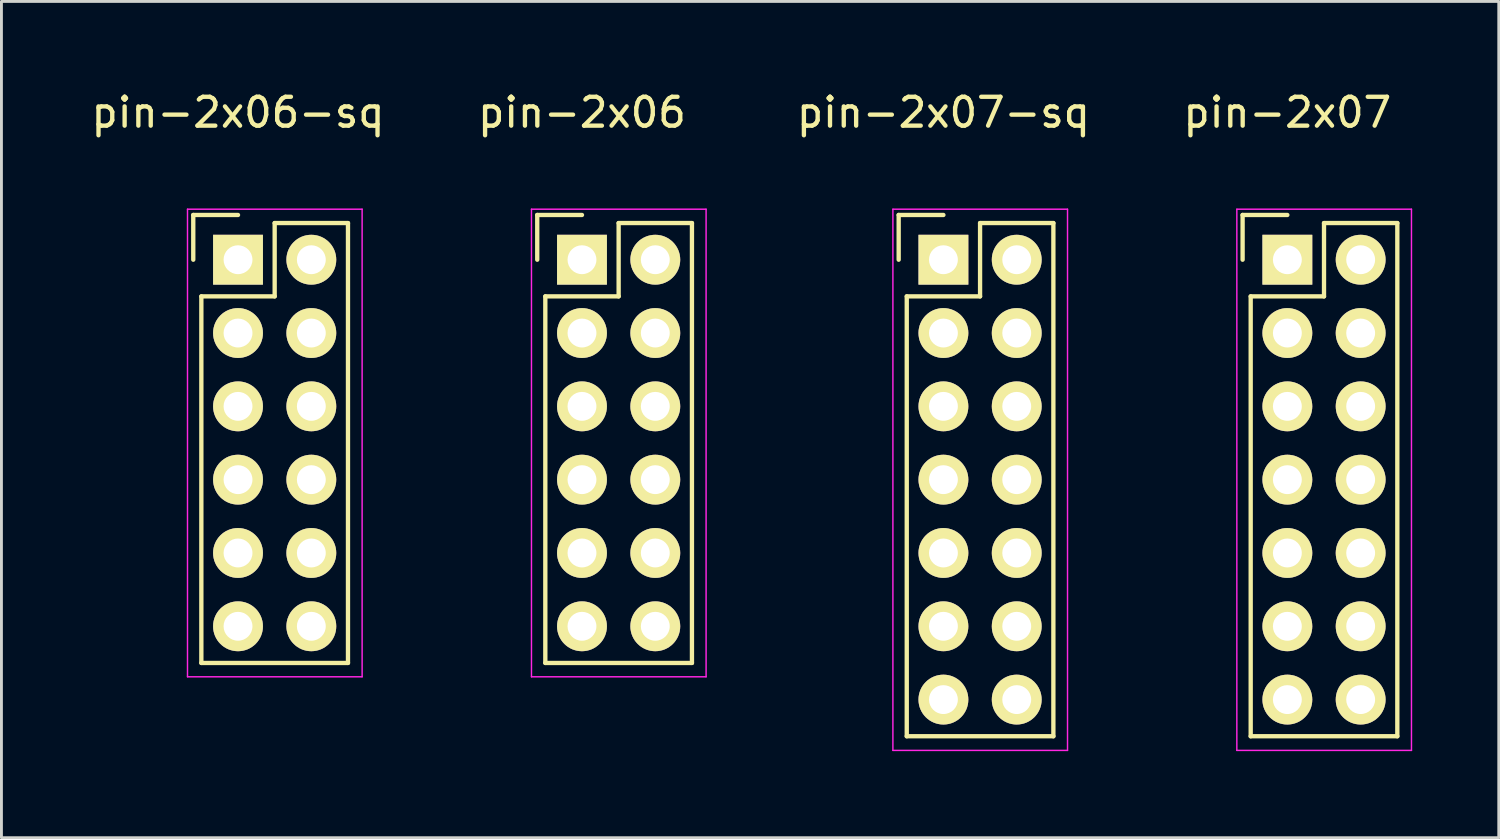
<source format=kicad_pcb>
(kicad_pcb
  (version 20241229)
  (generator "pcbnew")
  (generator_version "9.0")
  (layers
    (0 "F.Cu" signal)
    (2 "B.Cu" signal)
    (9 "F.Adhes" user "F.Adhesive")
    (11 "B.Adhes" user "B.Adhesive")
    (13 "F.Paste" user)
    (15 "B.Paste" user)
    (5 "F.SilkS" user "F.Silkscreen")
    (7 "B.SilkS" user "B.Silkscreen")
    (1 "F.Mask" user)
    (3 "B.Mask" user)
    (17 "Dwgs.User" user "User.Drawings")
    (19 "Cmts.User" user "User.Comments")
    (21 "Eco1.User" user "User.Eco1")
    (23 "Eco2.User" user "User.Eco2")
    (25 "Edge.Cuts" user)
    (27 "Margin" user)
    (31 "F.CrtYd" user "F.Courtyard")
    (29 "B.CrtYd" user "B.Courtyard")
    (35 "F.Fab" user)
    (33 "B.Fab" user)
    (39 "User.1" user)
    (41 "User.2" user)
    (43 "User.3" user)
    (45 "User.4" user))
  (footprint "pin-2x07"
    (layer "F.Cu")
    (at 41.551 5.948)
    (property "Reference" "pin-2x07" (at 0 -5.1 0) (layer "F.SilkS") (effects (font (size 1 1) (thickness 0.15))))
    (attr through_hole)
    (fp_line (start -1.55 -1.55) (end -1.55 0) (stroke (width 0.15) (type solid)) (layer "F.SilkS"))
    (fp_line (start -1.27 1.27) (end -1.27 16.51) (stroke (width 0.15) (type solid)) (layer "F.SilkS"))
    (fp_line (start 0 -1.55) (end -1.55 -1.55) (stroke (width 0.15) (type solid)) (layer "F.SilkS"))
    (fp_line (start 1.27 -1.27) (end 1.27 1.27) (stroke (width 0.15) (type solid)) (layer "F.SilkS"))
    (fp_line (start 1.27 1.27) (end -1.27 1.27) (stroke (width 0.15) (type solid)) (layer "F.SilkS"))
    (fp_line (start 3.81 -1.27) (end 1.27 -1.27) (stroke (width 0.15) (type solid)) (layer "F.SilkS"))
    (fp_line (start 3.81 16.51) (end -1.27 16.51) (stroke (width 0.15) (type solid)) (layer "F.SilkS"))
    (fp_line (start 3.81 16.51) (end 3.81 -1.27) (stroke (width 0.15) (type solid)) (layer "F.SilkS"))
    (fp_line (start -1.75 -1.75) (end -1.75 17) (stroke (width 0.05) (type solid)) (layer "F.CrtYd"))
    (fp_line (start -1.75 -1.75) (end 4.3 -1.75) (stroke (width 0.05) (type solid)) (layer "F.CrtYd"))
    (fp_line (start -1.75 17) (end 4.3 17) (stroke (width 0.05) (type solid)) (layer "F.CrtYd"))
    (fp_line (start 4.3 -1.75) (end 4.3 17) (stroke (width 0.05) (type solid)) (layer "F.CrtYd"))
    (pad "1" thru_hole rect (at 0 0) (size 1.727 1.727) (drill 1) (layers "*.Cu" "*.Mask" "F.SilkS"))
    (pad "2" thru_hole oval (at 2.54 0) (size 1.727 1.727) (drill 1) (layers "*.Cu" "*.Mask" "F.SilkS"))
    (pad "3" thru_hole oval (at 0 2.54) (size 1.727 1.727) (drill 1) (layers "*.Cu" "*.Mask" "F.SilkS"))
    (pad "4" thru_hole oval (at 2.54 2.54) (size 1.727 1.727) (drill 1) (layers "*.Cu" "*.Mask" "F.SilkS"))
    (pad "5" thru_hole oval (at 0 5.08) (size 1.727 1.727) (drill 1) (layers "*.Cu" "*.Mask" "F.SilkS"))
    (pad "6" thru_hole oval (at 2.54 5.08) (size 1.727 1.727) (drill 1) (layers "*.Cu" "*.Mask" "F.SilkS"))
    (pad "7" thru_hole oval (at 0 7.62) (size 1.727 1.727) (drill 1) (layers "*.Cu" "*.Mask" "F.SilkS"))
    (pad "8" thru_hole oval (at 2.54 7.62) (size 1.727 1.727) (drill 1) (layers "*.Cu" "*.Mask" "F.SilkS"))
    (pad "9" thru_hole oval (at 0 10.16) (size 1.727 1.727) (drill 1) (layers "*.Cu" "*.Mask" "F.SilkS"))
    (pad "10" thru_hole oval (at 2.54 10.16) (size 1.727 1.727) (drill 1) (layers "*.Cu" "*.Mask" "F.SilkS"))
    (pad "11" thru_hole oval (at 0 12.7) (size 1.727 1.727) (drill 1) (layers "*.Cu" "*.Mask" "F.SilkS"))
    (pad "12" thru_hole oval (at 2.54 12.7) (size 1.727 1.727) (drill 1) (layers "*.Cu" "*.Mask" "F.SilkS"))
    (pad "13" thru_hole oval (at 0 15.24) (size 1.727 1.727) (drill 1) (layers "*.Cu" "*.Mask" "F.SilkS"))
    (pad "14" thru_hole oval (at 2.54 15.24) (size 1.727 1.727) (drill 1) (layers "*.Cu" "*.Mask" "F.SilkS")))
  (footprint "pin-2x06-sq"
    (layer "F.Cu")
    (at 5.196 5.948)
    (property "Reference" "pin-2x06-sq" (at 0 -5.1 0) (layer "F.SilkS") (effects (font (size 1 1) (thickness 0.15))))
    (attr through_hole)
    (fp_line (start -1.55 -1.55) (end -1.55 0) (stroke (width 0.15) (type solid)) (layer "F.SilkS"))
    (fp_line (start -1.27 1.27) (end -1.27 13.97) (stroke (width 0.15) (type solid)) (layer "F.SilkS"))
    (fp_line (start 0 -1.55) (end -1.55 -1.55) (stroke (width 0.15) (type solid)) (layer "F.SilkS"))
    (fp_line (start 1.27 -1.27) (end 1.27 1.27) (stroke (width 0.15) (type solid)) (layer "F.SilkS"))
    (fp_line (start 1.27 1.27) (end -1.27 1.27) (stroke (width 0.15) (type solid)) (layer "F.SilkS"))
    (fp_line (start 3.81 -1.27) (end 1.27 -1.27) (stroke (width 0.15) (type solid)) (layer "F.SilkS"))
    (fp_line (start 3.81 13.97) (end -1.27 13.97) (stroke (width 0.15) (type solid)) (layer "F.SilkS"))
    (fp_line (start 3.81 13.97) (end 3.81 -1.27) (stroke (width 0.15) (type solid)) (layer "F.SilkS"))
    (fp_line (start -1.75 -1.75) (end -1.75 14.45) (stroke (width 0.05) (type solid)) (layer "F.CrtYd"))
    (fp_line (start -1.75 -1.75) (end 4.3 -1.75) (stroke (width 0.05) (type solid)) (layer "F.CrtYd"))
    (fp_line (start -1.75 14.45) (end 4.3 14.45) (stroke (width 0.05) (type solid)) (layer "F.CrtYd"))
    (fp_line (start 4.3 -1.75) (end 4.3 14.45) (stroke (width 0.05) (type solid)) (layer "F.CrtYd"))
    (pad "1" thru_hole rect (at 0 0) (size 1.727 1.727) (drill 1) (layers "*.Cu" "*.Mask" "F.SilkS"))
    (pad "2" thru_hole oval (at 2.54 0) (size 1.727 1.727) (drill 1) (layers "*.Cu" "*.Mask" "F.SilkS"))
    (pad "3" thru_hole oval (at 0 2.54) (size 1.727 1.727) (drill 1) (layers "*.Cu" "*.Mask" "F.SilkS"))
    (pad "4" thru_hole oval (at 2.54 2.54) (size 1.727 1.727) (drill 1) (layers "*.Cu" "*.Mask" "F.SilkS"))
    (pad "5" thru_hole oval (at 0 5.08) (size 1.727 1.727) (drill 1) (layers "*.Cu" "*.Mask" "F.SilkS"))
    (pad "6" thru_hole oval (at 2.54 5.08) (size 1.727 1.727) (drill 1) (layers "*.Cu" "*.Mask" "F.SilkS"))
    (pad "7" thru_hole oval (at 0 7.62) (size 1.727 1.727) (drill 1) (layers "*.Cu" "*.Mask" "F.SilkS"))
    (pad "8" thru_hole oval (at 2.54 7.62) (size 1.727 1.727) (drill 1) (layers "*.Cu" "*.Mask" "F.SilkS"))
    (pad "9" thru_hole oval (at 0 10.16) (size 1.727 1.727) (drill 1) (layers "*.Cu" "*.Mask" "F.SilkS"))
    (pad "10" thru_hole oval (at 2.54 10.16) (size 1.727 1.727) (drill 1) (layers "*.Cu" "*.Mask" "F.SilkS"))
    (pad "11" thru_hole oval (at 0 12.7) (size 1.727 1.727) (drill 1) (layers "*.Cu" "*.Mask" "F.SilkS"))
    (pad "12" thru_hole oval (at 2.54 12.7) (size 1.727 1.727) (drill 1) (layers "*.Cu" "*.Mask" "F.SilkS")))
  (footprint "pin-2x06"
    (layer "F.Cu")
    (at 17.113 5.948)
    (property "Reference" "pin-2x06" (at 0 -5.1 0) (layer "F.SilkS") (effects (font (size 1 1) (thickness 0.15))))
    (attr through_hole)
    (fp_line (start -1.55 -1.55) (end -1.55 0) (stroke (width 0.15) (type solid)) (layer "F.SilkS"))
    (fp_line (start -1.27 1.27) (end -1.27 13.97) (stroke (width 0.15) (type solid)) (layer "F.SilkS"))
    (fp_line (start 0 -1.55) (end -1.55 -1.55) (stroke (width 0.15) (type solid)) (layer "F.SilkS"))
    (fp_line (start 1.27 -1.27) (end 1.27 1.27) (stroke (width 0.15) (type solid)) (layer "F.SilkS"))
    (fp_line (start 1.27 1.27) (end -1.27 1.27) (stroke (width 0.15) (type solid)) (layer "F.SilkS"))
    (fp_line (start 3.81 -1.27) (end 1.27 -1.27) (stroke (width 0.15) (type solid)) (layer "F.SilkS"))
    (fp_line (start 3.81 13.97) (end -1.27 13.97) (stroke (width 0.15) (type solid)) (layer "F.SilkS"))
    (fp_line (start 3.81 13.97) (end 3.81 -1.27) (stroke (width 0.15) (type solid)) (layer "F.SilkS"))
    (fp_line (start -1.75 -1.75) (end -1.75 14.45) (stroke (width 0.05) (type solid)) (layer "F.CrtYd"))
    (fp_line (start -1.75 -1.75) (end 4.3 -1.75) (stroke (width 0.05) (type solid)) (layer "F.CrtYd"))
    (fp_line (start -1.75 14.45) (end 4.3 14.45) (stroke (width 0.05) (type solid)) (layer "F.CrtYd"))
    (fp_line (start 4.3 -1.75) (end 4.3 14.45) (stroke (width 0.05) (type solid)) (layer "F.CrtYd"))
    (pad "1" thru_hole rect (at 0 0) (size 1.727 1.727) (drill 1) (layers "*.Cu" "*.Mask" "F.SilkS"))
    (pad "2" thru_hole oval (at 2.54 0) (size 1.727 1.727) (drill 1) (layers "*.Cu" "*.Mask" "F.SilkS"))
    (pad "3" thru_hole oval (at 0 2.54) (size 1.727 1.727) (drill 1) (layers "*.Cu" "*.Mask" "F.SilkS"))
    (pad "4" thru_hole oval (at 2.54 2.54) (size 1.727 1.727) (drill 1) (layers "*.Cu" "*.Mask" "F.SilkS"))
    (pad "5" thru_hole oval (at 0 5.08) (size 1.727 1.727) (drill 1) (layers "*.Cu" "*.Mask" "F.SilkS"))
    (pad "6" thru_hole oval (at 2.54 5.08) (size 1.727 1.727) (drill 1) (layers "*.Cu" "*.Mask" "F.SilkS"))
    (pad "7" thru_hole oval (at 0 7.62) (size 1.727 1.727) (drill 1) (layers "*.Cu" "*.Mask" "F.SilkS"))
    (pad "8" thru_hole oval (at 2.54 7.62) (size 1.727 1.727) (drill 1) (layers "*.Cu" "*.Mask" "F.SilkS"))
    (pad "9" thru_hole oval (at 0 10.16) (size 1.727 1.727) (drill 1) (layers "*.Cu" "*.Mask" "F.SilkS"))
    (pad "10" thru_hole oval (at 2.54 10.16) (size 1.727 1.727) (drill 1) (layers "*.Cu" "*.Mask" "F.SilkS"))
    (pad "11" thru_hole oval (at 0 12.7) (size 1.727 1.727) (drill 1) (layers "*.Cu" "*.Mask" "F.SilkS"))
    (pad "12" thru_hole oval (at 2.54 12.7) (size 1.727 1.727) (drill 1) (layers "*.Cu" "*.Mask" "F.SilkS")))
  (footprint "pin-2x07-sq"
    (layer "F.Cu")
    (at 29.635 5.948)
    (property "Reference" "pin-2x07-sq" (at 0 -5.1 0) (layer "F.SilkS") (effects (font (size 1 1) (thickness 0.15))))
    (attr through_hole)
    (fp_line (start -1.55 -1.55) (end -1.55 0) (stroke (width 0.15) (type solid)) (layer "F.SilkS"))
    (fp_line (start -1.27 1.27) (end -1.27 16.51) (stroke (width 0.15) (type solid)) (layer "F.SilkS"))
    (fp_line (start 0 -1.55) (end -1.55 -1.55) (stroke (width 0.15) (type solid)) (layer "F.SilkS"))
    (fp_line (start 1.27 -1.27) (end 1.27 1.27) (stroke (width 0.15) (type solid)) (layer "F.SilkS"))
    (fp_line (start 1.27 1.27) (end -1.27 1.27) (stroke (width 0.15) (type solid)) (layer "F.SilkS"))
    (fp_line (start 3.81 -1.27) (end 1.27 -1.27) (stroke (width 0.15) (type solid)) (layer "F.SilkS"))
    (fp_line (start 3.81 16.51) (end -1.27 16.51) (stroke (width 0.15) (type solid)) (layer "F.SilkS"))
    (fp_line (start 3.81 16.51) (end 3.81 -1.27) (stroke (width 0.15) (type solid)) (layer "F.SilkS"))
    (fp_line (start -1.75 -1.75) (end -1.75 17) (stroke (width 0.05) (type solid)) (layer "F.CrtYd"))
    (fp_line (start -1.75 -1.75) (end 4.3 -1.75) (stroke (width 0.05) (type solid)) (layer "F.CrtYd"))
    (fp_line (start -1.75 17) (end 4.3 17) (stroke (width 0.05) (type solid)) (layer "F.CrtYd"))
    (fp_line (start 4.3 -1.75) (end 4.3 17) (stroke (width 0.05) (type solid)) (layer "F.CrtYd"))
    (pad "1" thru_hole rect (at 0 0) (size 1.727 1.727) (drill 1) (layers "*.Cu" "*.Mask" "F.SilkS"))
    (pad "2" thru_hole oval (at 2.54 0) (size 1.727 1.727) (drill 1) (layers "*.Cu" "*.Mask" "F.SilkS"))
    (pad "3" thru_hole oval (at 0 2.54) (size 1.727 1.727) (drill 1) (layers "*.Cu" "*.Mask" "F.SilkS"))
    (pad "4" thru_hole oval (at 2.54 2.54) (size 1.727 1.727) (drill 1) (layers "*.Cu" "*.Mask" "F.SilkS"))
    (pad "5" thru_hole oval (at 0 5.08) (size 1.727 1.727) (drill 1) (layers "*.Cu" "*.Mask" "F.SilkS"))
    (pad "6" thru_hole oval (at 2.54 5.08) (size 1.727 1.727) (drill 1) (layers "*.Cu" "*.Mask" "F.SilkS"))
    (pad "7" thru_hole oval (at 0 7.62) (size 1.727 1.727) (drill 1) (layers "*.Cu" "*.Mask" "F.SilkS"))
    (pad "8" thru_hole oval (at 2.54 7.62) (size 1.727 1.727) (drill 1) (layers "*.Cu" "*.Mask" "F.SilkS"))
    (pad "9" thru_hole oval (at 0 10.16) (size 1.727 1.727) (drill 1) (layers "*.Cu" "*.Mask" "F.SilkS"))
    (pad "10" thru_hole oval (at 2.54 10.16) (size 1.727 1.727) (drill 1) (layers "*.Cu" "*.Mask" "F.SilkS"))
    (pad "11" thru_hole oval (at 0 12.7) (size 1.727 1.727) (drill 1) (layers "*.Cu" "*.Mask" "F.SilkS"))
    (pad "12" thru_hole oval (at 2.54 12.7) (size 1.727 1.727) (drill 1) (layers "*.Cu" "*.Mask" "F.SilkS"))
    (pad "13" thru_hole oval (at 0 15.24) (size 1.727 1.727) (drill 1) (layers "*.Cu" "*.Mask" "F.SilkS"))
    (pad "14" thru_hole oval (at 2.54 15.24) (size 1.727 1.727) (drill 1) (layers "*.Cu" "*.Mask" "F.SilkS")))
  (gr_rect
    (start -3 -3)
    (end 48.876 25.973)
    (stroke (width 0.1) (type default))
    (fill no)
    (layer "Edge.Cuts")))
</source>
